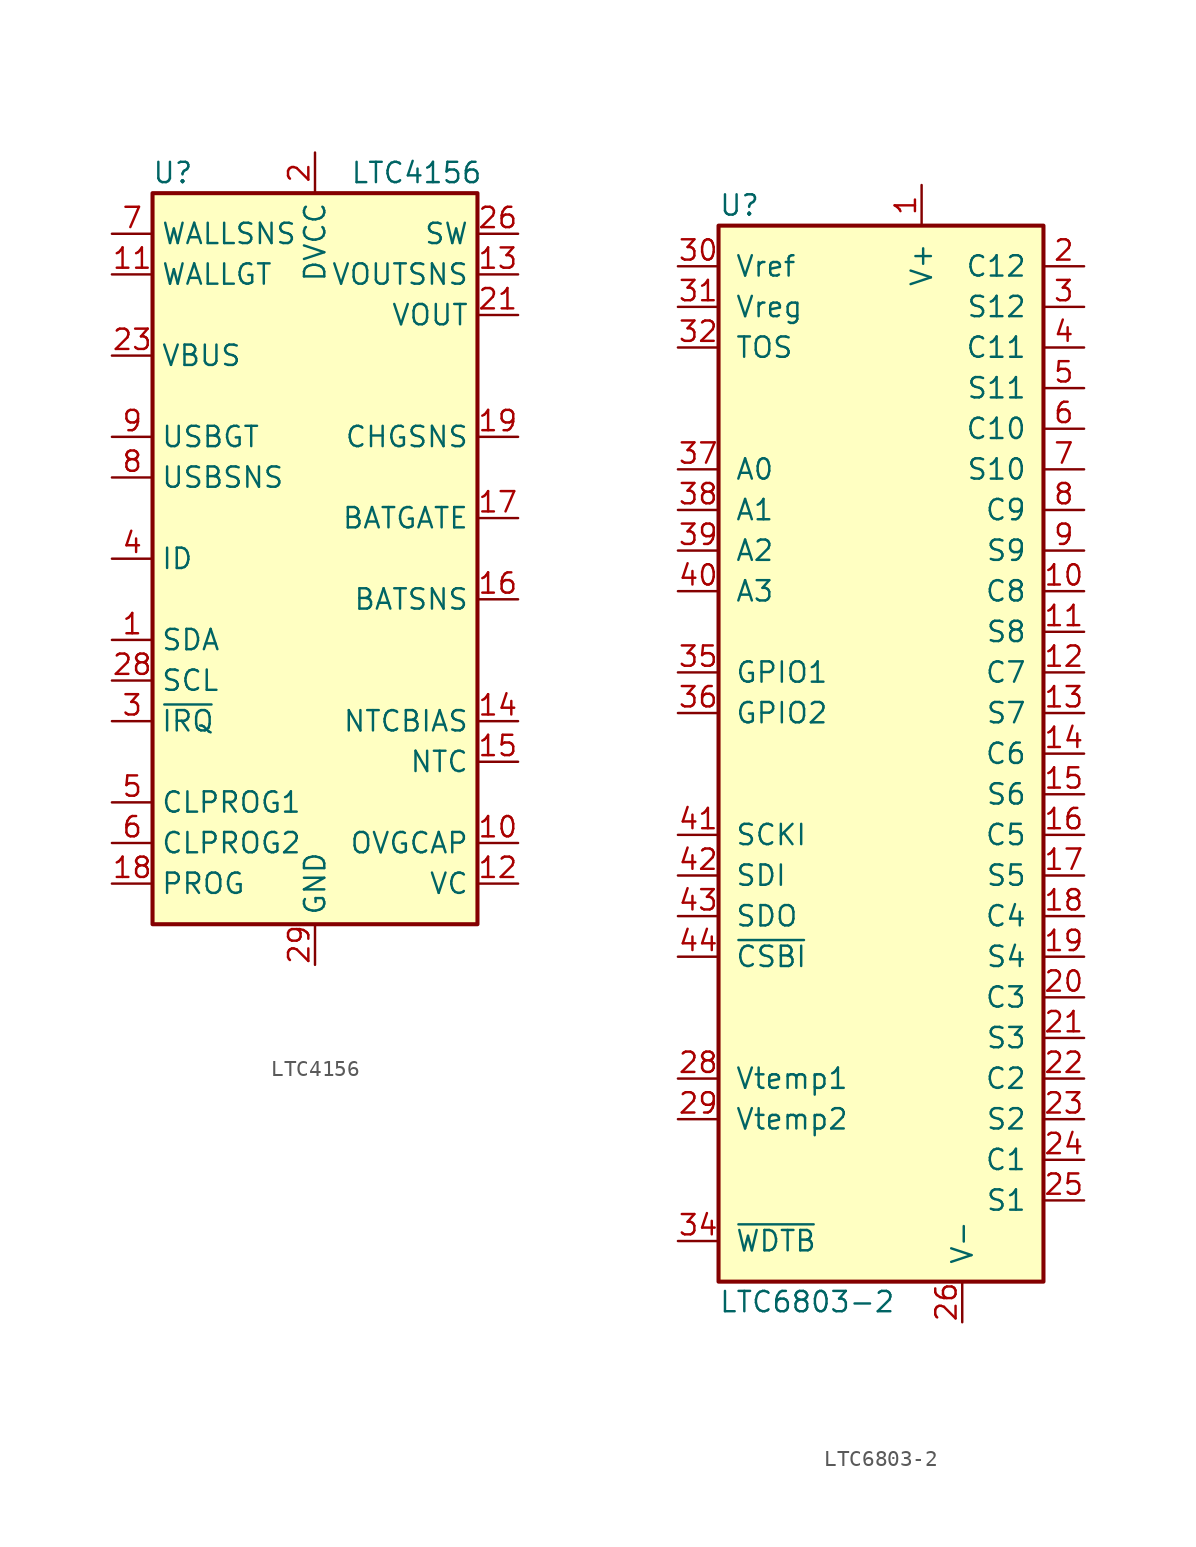
<source format=kicad_sym>
(kicad_symbol_lib
  (version 20201005)
  (generator kicad_symbol_editor)
  (symbol "Battery_Management:LTC4156"
    (property "Reference" "U"
      (at -8.89 24.13 0)
      (effects (font (size 1.27 1.27))))
    (property "Value" "LTC4156"
      (at 6.35 24.13 0)
      (effects (font (size 1.27 1.27))))
    (symbol "LTC4156_0_1"
      (rectangle (start -10.16 22.86) (end 10.16 -22.86) (stroke (width 0.254)) (fill (type background))))
    (symbol "LTC4156_1_1"
      (pin bidirectional line (at -12.7 -5.08 0) (length 2.54) (name "SDA" (effects (font (size 1.27 1.27)))) (number "1" (effects (font (size 1.27 1.27)))))
      (pin passive line (at 12.7 -17.78 180) (length 2.54) (name "OVGCAP" (effects (font (size 1.27 1.27)))) (number "10" (effects (font (size 1.27 1.27)))))
      (pin output line (at -12.7 17.78 0) (length 2.54) (name "WALLGT" (effects (font (size 1.27 1.27)))) (number "11" (effects (font (size 1.27 1.27)))))
      (pin passive line (at 12.7 -20.32 180) (length 2.54) (name "VC" (effects (font (size 1.27 1.27)))) (number "12" (effects (font (size 1.27 1.27)))))
      (pin input line (at 12.7 17.78 180) (length 2.54) (name "VOUTSNS" (effects (font (size 1.27 1.27)))) (number "13" (effects (font (size 1.27 1.27)))))
      (pin output line (at 12.7 -10.16 180) (length 2.54) (name "NTCBIAS" (effects (font (size 1.27 1.27)))) (number "14" (effects (font (size 1.27 1.27)))))
      (pin input line (at 12.7 -12.7 180) (length 2.54) (name "NTC" (effects (font (size 1.27 1.27)))) (number "15" (effects (font (size 1.27 1.27)))))
      (pin input line (at 12.7 -2.54 180) (length 2.54) (name "BATSNS" (effects (font (size 1.27 1.27)))) (number "16" (effects (font (size 1.27 1.27)))))
      (pin output line (at 12.7 2.54 180) (length 2.54) (name "BATGATE" (effects (font (size 1.27 1.27)))) (number "17" (effects (font (size 1.27 1.27)))))
      (pin passive line (at -12.7 -20.32 0) (length 2.54) (name "PROG" (effects (font (size 1.27 1.27)))) (number "18" (effects (font (size 1.27 1.27)))))
      (pin passive line (at 12.7 7.62 180) (length 2.54) (name "CHGSNS" (effects (font (size 1.27 1.27)))) (number "19" (effects (font (size 1.27 1.27)))))
      (pin power_in line (at 0 25.4 270) (length 2.54) (name "DVCC" (effects (font (size 1.27 1.27)))) (number "2" (effects (font (size 1.27 1.27)))))
      (pin passive line (at 12.7 7.62 180) (length 2.54) hide (name "CHGSNS" (effects (font (size 1.27 1.27)))) (number "20" (effects (font (size 1.27 1.27)))))
      (pin passive line (at 12.7 15.24 180) (length 2.54) (name "VOUT" (effects (font (size 1.27 1.27)))) (number "21" (effects (font (size 1.27 1.27)))))
      (pin passive line (at 12.7 15.24 180) (length 2.54) hide (name "VOUT" (effects (font (size 1.27 1.27)))) (number "22" (effects (font (size 1.27 1.27)))))
      (pin passive line (at -12.7 12.7 0) (length 2.54) (name "VBUS" (effects (font (size 1.27 1.27)))) (number "23" (effects (font (size 1.27 1.27)))))
      (pin passive line (at -12.7 12.7 0) (length 2.54) hide (name "VBUS" (effects (font (size 1.27 1.27)))) (number "24" (effects (font (size 1.27 1.27)))))
      (pin passive line (at -12.7 12.7 0) (length 2.54) hide (name "VBUS" (effects (font (size 1.27 1.27)))) (number "25" (effects (font (size 1.27 1.27)))))
      (pin passive line (at 12.7 20.32 180) (length 2.54) (name "SW" (effects (font (size 1.27 1.27)))) (number "26" (effects (font (size 1.27 1.27)))))
      (pin passive line (at 12.7 20.32 180) (length 2.54) hide (name "SW" (effects (font (size 1.27 1.27)))) (number "27" (effects (font (size 1.27 1.27)))))
      (pin input line (at -12.7 -7.62 0) (length 2.54) (name "SCL" (effects (font (size 1.27 1.27)))) (number "28" (effects (font (size 1.27 1.27)))))
      (pin power_in line (at 0 -25.4 90) (length 2.54) (name "GND" (effects (font (size 1.27 1.27)))) (number "29" (effects (font (size 1.27 1.27)))))
      (pin open_collector line (at -12.7 -10.16 0) (length 2.54) (name "~IRQ" (effects (font (size 1.27 1.27)))) (number "3" (effects (font (size 1.27 1.27)))))
      (pin input line (at -12.7 0 0) (length 2.54) (name "ID" (effects (font (size 1.27 1.27)))) (number "4" (effects (font (size 1.27 1.27)))))
      (pin passive line (at -12.7 -15.24 0) (length 2.54) (name "CLPROG1" (effects (font (size 1.27 1.27)))) (number "5" (effects (font (size 1.27 1.27)))))
      (pin passive line (at -12.7 -17.78 0) (length 2.54) (name "CLPROG2" (effects (font (size 1.27 1.27)))) (number "6" (effects (font (size 1.27 1.27)))))
      (pin input line (at -12.7 20.32 0) (length 2.54) (name "WALLSNS" (effects (font (size 1.27 1.27)))) (number "7" (effects (font (size 1.27 1.27)))))
      (pin input line (at -12.7 5.08 0) (length 2.54) (name "USBSNS" (effects (font (size 1.27 1.27)))) (number "8" (effects (font (size 1.27 1.27)))))
      (pin output line (at -12.7 7.62 0) (length 2.54) (name "USBGT" (effects (font (size 1.27 1.27)))) (number "9" (effects (font (size 1.27 1.27)))))))
  (symbol "Battery_Management:LTC6803-2"
    (pin_names
      (offset 1.016))
    (property "Reference" "U"
      (at -10.16 34.29 0)
      (effects (font (size 1.27 1.27)) (justify left)))
    (property "Value" "LTC6803-2"
      (at -10.16 -34.29 0)
      (effects (font (size 1.27 1.27)) (justify left)))
    (symbol "LTC6803-2_0_1"
      (rectangle (start 10.16 -33.02) (end -10.16 33.02) (stroke (width 0.254)) (fill (type background))))
    (symbol "LTC6803-2_1_1"
      (pin input line (at 2.54 35.56 270) (length 2.54) (name "V+" (effects (font (size 1.27 1.27)))) (number "1" (effects (font (size 1.27 1.27)))))
      (pin input line (at 12.7 10.16 180) (length 2.54) (name "C8" (effects (font (size 1.27 1.27)))) (number "10" (effects (font (size 1.27 1.27)))))
      (pin input line (at 12.7 7.62 180) (length 2.54) (name "S8" (effects (font (size 1.27 1.27)))) (number "11" (effects (font (size 1.27 1.27)))))
      (pin input line (at 12.7 5.08 180) (length 2.54) (name "C7" (effects (font (size 1.27 1.27)))) (number "12" (effects (font (size 1.27 1.27)))))
      (pin input line (at 12.7 2.54 180) (length 2.54) (name "S7" (effects (font (size 1.27 1.27)))) (number "13" (effects (font (size 1.27 1.27)))))
      (pin input line (at 12.7 0 180) (length 2.54) (name "C6" (effects (font (size 1.27 1.27)))) (number "14" (effects (font (size 1.27 1.27)))))
      (pin input line (at 12.7 -2.54 180) (length 2.54) (name "S6" (effects (font (size 1.27 1.27)))) (number "15" (effects (font (size 1.27 1.27)))))
      (pin input line (at 12.7 -5.08 180) (length 2.54) (name "C5" (effects (font (size 1.27 1.27)))) (number "16" (effects (font (size 1.27 1.27)))))
      (pin input line (at 12.7 -7.62 180) (length 2.54) (name "S5" (effects (font (size 1.27 1.27)))) (number "17" (effects (font (size 1.27 1.27)))))
      (pin input line (at 12.7 -10.16 180) (length 2.54) (name "C4" (effects (font (size 1.27 1.27)))) (number "18" (effects (font (size 1.27 1.27)))))
      (pin input line (at 12.7 -12.7 180) (length 2.54) (name "S4" (effects (font (size 1.27 1.27)))) (number "19" (effects (font (size 1.27 1.27)))))
      (pin input line (at 12.7 30.48 180) (length 2.54) (name "C12" (effects (font (size 1.27 1.27)))) (number "2" (effects (font (size 1.27 1.27)))))
      (pin input line (at 12.7 -15.24 180) (length 2.54) (name "C3" (effects (font (size 1.27 1.27)))) (number "20" (effects (font (size 1.27 1.27)))))
      (pin input line (at 12.7 -17.78 180) (length 2.54) (name "S3" (effects (font (size 1.27 1.27)))) (number "21" (effects (font (size 1.27 1.27)))))
      (pin input line (at 12.7 -20.32 180) (length 2.54) (name "C2" (effects (font (size 1.27 1.27)))) (number "22" (effects (font (size 1.27 1.27)))))
      (pin input line (at 12.7 -22.86 180) (length 2.54) (name "S2" (effects (font (size 1.27 1.27)))) (number "23" (effects (font (size 1.27 1.27)))))
      (pin input line (at 12.7 -25.4 180) (length 2.54) (name "C1" (effects (font (size 1.27 1.27)))) (number "24" (effects (font (size 1.27 1.27)))))
      (pin input line (at 12.7 -27.94 180) (length 2.54) (name "S1" (effects (font (size 1.27 1.27)))) (number "25" (effects (font (size 1.27 1.27)))))
      (pin input line (at 5.08 -35.56 90) (length 2.54) (name "V-" (effects (font (size 1.27 1.27)))) (number "26" (effects (font (size 1.27 1.27)))))
      (pin no_connect line (at 0 35.56 270) (length 2.54) hide (name "NC" (effects (font (size 1.27 1.27)))) (number "27" (effects (font (size 1.27 1.27)))))
      (pin input line (at -12.7 -20.32 0) (length 2.54) (name "Vtemp1" (effects (font (size 1.27 1.27)))) (number "28" (effects (font (size 1.27 1.27)))))
      (pin input line (at -12.7 -22.86 0) (length 2.54) (name "Vtemp2" (effects (font (size 1.27 1.27)))) (number "29" (effects (font (size 1.27 1.27)))))
      (pin input line (at 12.7 27.94 180) (length 2.54) (name "S12" (effects (font (size 1.27 1.27)))) (number "3" (effects (font (size 1.27 1.27)))))
      (pin input line (at -12.7 30.48 0) (length 2.54) (name "Vref" (effects (font (size 1.27 1.27)))) (number "30" (effects (font (size 1.27 1.27)))))
      (pin input line (at -12.7 27.94 0) (length 2.54) (name "Vreg" (effects (font (size 1.27 1.27)))) (number "31" (effects (font (size 1.27 1.27)))))
      (pin input line (at -12.7 25.4 0) (length 2.54) (name "TOS" (effects (font (size 1.27 1.27)))) (number "32" (effects (font (size 1.27 1.27)))))
      (pin no_connect line (at -2.54 35.56 270) (length 2.54) hide (name "NC" (effects (font (size 1.27 1.27)))) (number "33" (effects (font (size 1.27 1.27)))))
      (pin open_collector line (at -12.7 -30.48 0) (length 2.54) (name "~WDTB~" (effects (font (size 1.27 1.27)))) (number "34" (effects (font (size 1.27 1.27)))))
      (pin input line (at -12.7 5.08 0) (length 2.54) (name "GPIO1" (effects (font (size 1.27 1.27)))) (number "35" (effects (font (size 1.27 1.27)))))
      (pin input line (at -12.7 2.54 0) (length 2.54) (name "GPIO2" (effects (font (size 1.27 1.27)))) (number "36" (effects (font (size 1.27 1.27)))))
      (pin input line (at -12.7 17.78 0) (length 2.54) (name "A0" (effects (font (size 1.27 1.27)))) (number "37" (effects (font (size 1.27 1.27)))))
      (pin input line (at -12.7 15.24 0) (length 2.54) (name "A1" (effects (font (size 1.27 1.27)))) (number "38" (effects (font (size 1.27 1.27)))))
      (pin input line (at -12.7 12.7 0) (length 2.54) (name "A2" (effects (font (size 1.27 1.27)))) (number "39" (effects (font (size 1.27 1.27)))))
      (pin input line (at 12.7 25.4 180) (length 2.54) (name "C11" (effects (font (size 1.27 1.27)))) (number "4" (effects (font (size 1.27 1.27)))))
      (pin input line (at -12.7 10.16 0) (length 2.54) (name "A3" (effects (font (size 1.27 1.27)))) (number "40" (effects (font (size 1.27 1.27)))))
      (pin input line (at -12.7 -5.08 0) (length 2.54) (name "SCKI" (effects (font (size 1.27 1.27)))) (number "41" (effects (font (size 1.27 1.27)))))
      (pin input line (at -12.7 -7.62 0) (length 2.54) (name "SDI" (effects (font (size 1.27 1.27)))) (number "42" (effects (font (size 1.27 1.27)))))
      (pin open_collector line (at -12.7 -10.16 0) (length 2.54) (name "SDO" (effects (font (size 1.27 1.27)))) (number "43" (effects (font (size 1.27 1.27)))))
      (pin input line (at -12.7 -12.7 0) (length 2.54) (name "~CSBI~" (effects (font (size 1.27 1.27)))) (number "44" (effects (font (size 1.27 1.27)))))
      (pin input line (at 12.7 22.86 180) (length 2.54) (name "S11" (effects (font (size 1.27 1.27)))) (number "5" (effects (font (size 1.27 1.27)))))
      (pin input line (at 12.7 20.32 180) (length 2.54) (name "C10" (effects (font (size 1.27 1.27)))) (number "6" (effects (font (size 1.27 1.27)))))
      (pin input line (at 12.7 17.78 180) (length 2.54) (name "S10" (effects (font (size 1.27 1.27)))) (number "7" (effects (font (size 1.27 1.27)))))
      (pin input line (at 12.7 15.24 180) (length 2.54) (name "C9" (effects (font (size 1.27 1.27)))) (number "8" (effects (font (size 1.27 1.27)))))
      (pin input line (at 12.7 12.7 180) (length 2.54) (name "S9" (effects (font (size 1.27 1.27)))) (number "9" (effects (font (size 1.27 1.27))))))))
</source>
